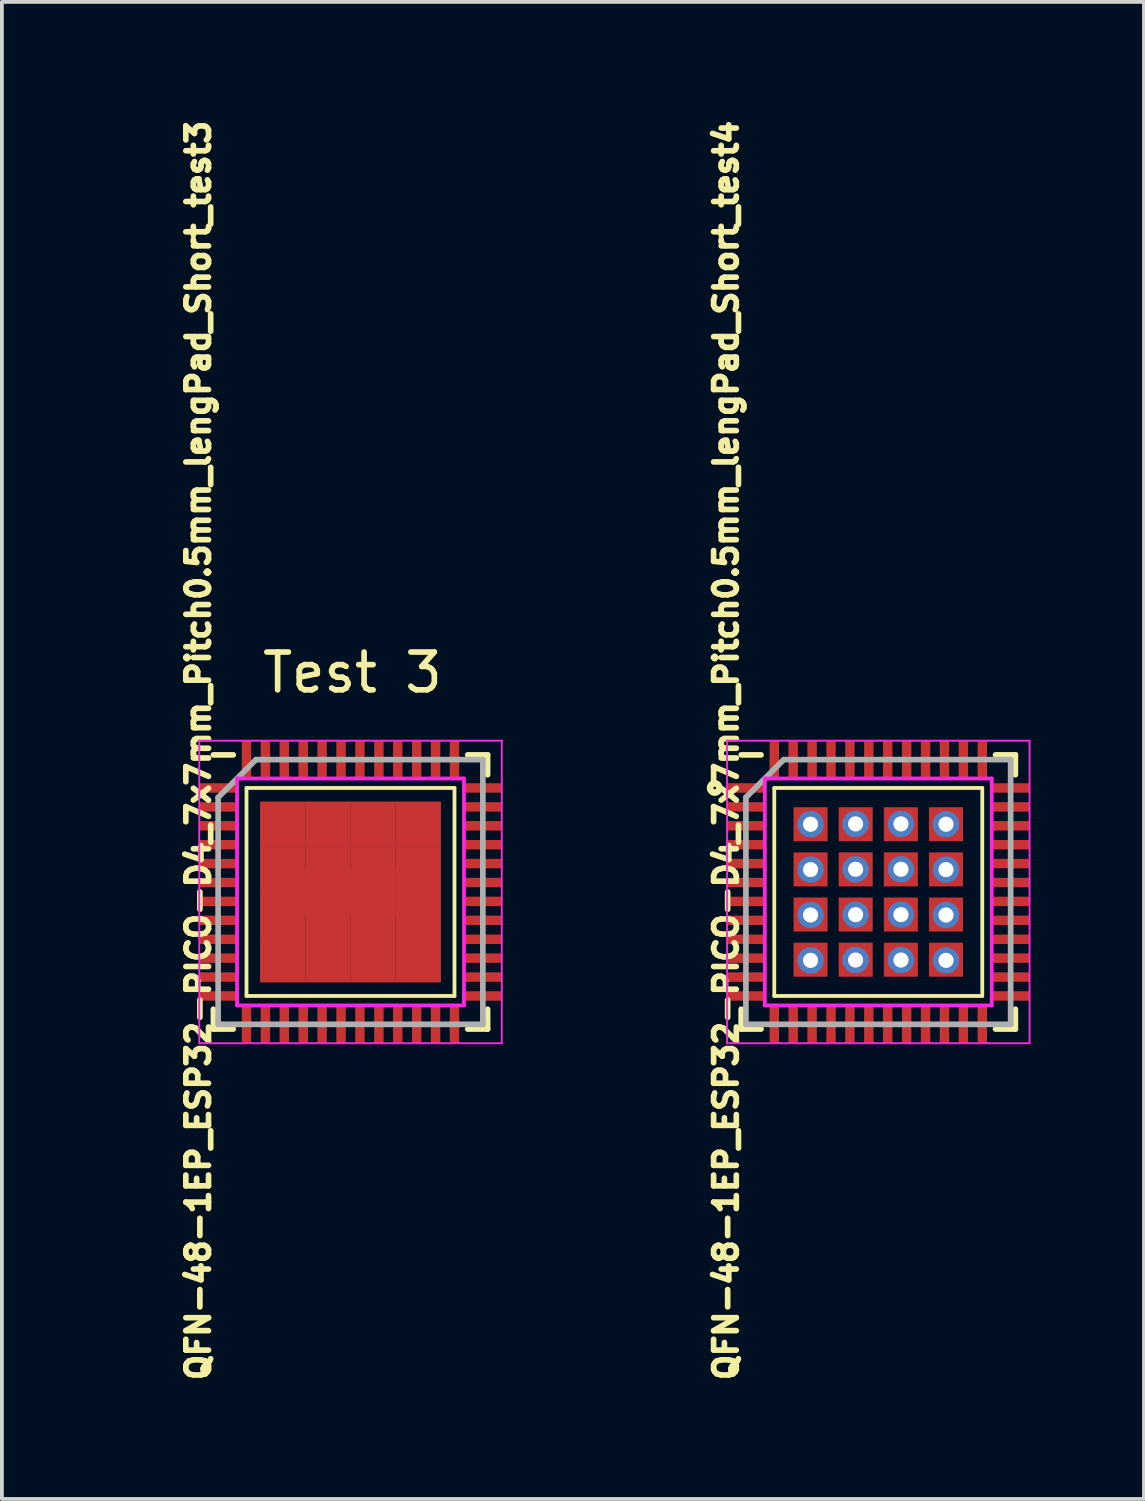
<source format=kicad_pcb>
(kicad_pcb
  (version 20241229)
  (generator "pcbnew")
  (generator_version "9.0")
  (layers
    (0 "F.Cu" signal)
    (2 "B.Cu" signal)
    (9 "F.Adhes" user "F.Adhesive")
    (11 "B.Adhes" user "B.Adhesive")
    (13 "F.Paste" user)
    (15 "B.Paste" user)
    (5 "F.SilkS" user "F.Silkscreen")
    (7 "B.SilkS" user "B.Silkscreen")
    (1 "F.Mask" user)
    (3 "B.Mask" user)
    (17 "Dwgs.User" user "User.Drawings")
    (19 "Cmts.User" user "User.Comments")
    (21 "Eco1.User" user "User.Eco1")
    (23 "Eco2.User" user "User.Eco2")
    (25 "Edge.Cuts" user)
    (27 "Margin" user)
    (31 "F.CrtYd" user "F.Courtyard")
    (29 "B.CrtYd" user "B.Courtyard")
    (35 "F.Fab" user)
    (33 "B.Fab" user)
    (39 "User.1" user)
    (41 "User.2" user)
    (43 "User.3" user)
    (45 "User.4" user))
  (footprint "QFN-48-1EP_ESP32-PICO-D4_7x7mm_Pitch0.5mm_lengPad_Short_test4"
    (layer "F.Cu")
    (at 20.174 20.536)
    (property "Reference" "QFN-48-1EP_ESP32-PICO-D4_7x7mm_Pitch0.5mm_lengPad_Short_test4" (at -4.024 -3.743 90) (layer "F.SilkS") (effects (font (size 0.6 0.6) (thickness 0.15))))
    (attr smd)
    (fp_line (start -3.625 -3.625) (end -3.1 -3.625) (stroke (width 0.15) (type solid)) (layer "F.SilkS"))
    (fp_line (start -3.625 3.625) (end -3.625 3.1) (stroke (width 0.15) (type solid)) (layer "F.SilkS"))
    (fp_line (start -3.625 3.625) (end -3.1 3.625) (stroke (width 0.15) (type solid)) (layer "F.SilkS"))
    (fp_line (start -2.75 -2.75) (end 2.75 -2.75) (stroke (width 0.1) (type solid)) (layer "F.SilkS"))
    (fp_line (start -2.75 2.75) (end -2.75 -2.75) (stroke (width 0.1) (type solid)) (layer "F.SilkS"))
    (fp_line (start -2.75 2.75) (end 2.75 2.75) (stroke (width 0.1) (type solid)) (layer "F.SilkS"))
    (fp_line (start 2.75 2.75) (end 2.75 -2.75) (stroke (width 0.1) (type solid)) (layer "F.SilkS"))
    (fp_line (start 3.625 -3.625) (end 3.1 -3.625) (stroke (width 0.15) (type solid)) (layer "F.SilkS"))
    (fp_line (start 3.625 -3.625) (end 3.625 -3.1) (stroke (width 0.15) (type solid)) (layer "F.SilkS"))
    (fp_line (start 3.625 3.625) (end 3.1 3.625) (stroke (width 0.15) (type solid)) (layer "F.SilkS"))
    (fp_line (start 3.625 3.625) (end 3.625 3.1) (stroke (width 0.15) (type solid)) (layer "F.SilkS"))
    (fp_circle (center -4.325 -2.75) (end -4.3 -2.725) (stroke (width 0.15) (type solid)) (fill no) (layer "F.SilkS"))
    (fp_circle (center -4.325 -2.75) (end -4.2 -2.7) (stroke (width 0.15) (type solid)) (fill no) (layer "F.SilkS"))
    (fp_line (start -4 -4) (end -4 4) (stroke (width 0.05) (type solid)) (layer "F.CrtYd"))
    (fp_line (start -4 -4) (end 4 -4) (stroke (width 0.05) (type solid)) (layer "F.CrtYd"))
    (fp_line (start -4 4) (end 4 4) (stroke (width 0.05) (type solid)) (layer "F.CrtYd"))
    (fp_line (start -3 -3) (end 3 -3) (stroke (width 0.1) (type solid)) (layer "F.CrtYd"))
    (fp_line (start -3 3) (end -3 -3) (stroke (width 0.1) (type solid)) (layer "F.CrtYd"))
    (fp_line (start 3 -3) (end 3 3) (stroke (width 0.1) (type solid)) (layer "F.CrtYd"))
    (fp_line (start 3 3) (end -3 3) (stroke (width 0.1) (type solid)) (layer "F.CrtYd"))
    (fp_line (start 4 -4) (end 4 4) (stroke (width 0.05) (type solid)) (layer "F.CrtYd"))
    (fp_line (start -3.5 -2.5) (end -2.5 -3.5) (stroke (width 0.15) (type solid)) (layer "F.Fab"))
    (fp_line (start -3.5 3.5) (end -3.5 -2.5) (stroke (width 0.15) (type solid)) (layer "F.Fab"))
    (fp_line (start -2.5 -3.5) (end 3.5 -3.5) (stroke (width 0.15) (type solid)) (layer "F.Fab"))
    (fp_line (start 3.5 -3.5) (end 3.5 3.5) (stroke (width 0.15) (type solid)) (layer "F.Fab"))
    (fp_line (start 3.5 3.5) (end -3.5 3.5) (stroke (width 0.15) (type solid)) (layer "F.Fab"))
    (pad "1" smd rect (at -3.5 -2.75) (size 1 0.25) (layers "F.Cu" "F.Mask" "F.Paste"))
    (pad "2" smd rect (at -3.5 -2.25) (size 1 0.25) (layers "F.Cu" "F.Mask" "F.Paste"))
    (pad "3" smd rect (at -3.5 -1.75) (size 1 0.25) (layers "F.Cu" "F.Mask" "F.Paste"))
    (pad "4" smd rect (at -3.5 -1.25) (size 1 0.25) (layers "F.Cu" "F.Mask" "F.Paste"))
    (pad "5" smd rect (at -3.5 -0.75) (size 1 0.25) (layers "F.Cu" "F.Mask" "F.Paste"))
    (pad "6" smd rect (at -3.5 -0.25) (size 1 0.25) (layers "F.Cu" "F.Mask" "F.Paste"))
    (pad "7" smd rect (at -3.5 0.25) (size 1 0.25) (layers "F.Cu" "F.Mask" "F.Paste"))
    (pad "8" smd rect (at -3.5 0.75) (size 1 0.25) (layers "F.Cu" "F.Mask" "F.Paste"))
    (pad "9" smd rect (at -3.5 1.25) (size 1 0.25) (layers "F.Cu" "F.Mask" "F.Paste"))
    (pad "10" smd rect (at -3.5 1.75) (size 1 0.25) (layers "F.Cu" "F.Mask" "F.Paste"))
    (pad "11" smd rect (at -3.5 2.25) (size 1 0.25) (layers "F.Cu" "F.Mask" "F.Paste"))
    (pad "12" smd rect (at -3.5 2.75) (size 1 0.25) (layers "F.Cu" "F.Mask" "F.Paste"))
    (pad "13" smd rect (at -2.75 3.5 90) (size 1 0.25) (layers "F.Cu" "F.Mask" "F.Paste"))
    (pad "14" smd rect (at -2.25 3.5 90) (size 1 0.25) (layers "F.Cu" "F.Mask" "F.Paste"))
    (pad "15" smd rect (at -1.75 3.5 90) (size 1 0.25) (layers "F.Cu" "F.Mask" "F.Paste"))
    (pad "16" smd rect (at -1.25 3.5 90) (size 1 0.25) (layers "F.Cu" "F.Mask" "F.Paste"))
    (pad "17" smd rect (at -0.75 3.5 90) (size 1 0.25) (layers "F.Cu" "F.Mask" "F.Paste"))
    (pad "18" smd rect (at -0.25 3.5 90) (size 1 0.25) (layers "F.Cu" "F.Mask" "F.Paste"))
    (pad "19" smd rect (at 0.25 3.5 90) (size 1 0.25) (layers "F.Cu" "F.Mask" "F.Paste"))
    (pad "20" smd rect (at 0.75 3.5 90) (size 1 0.25) (layers "F.Cu" "F.Mask" "F.Paste"))
    (pad "21" smd rect (at 1.25 3.5 90) (size 1 0.25) (layers "F.Cu" "F.Mask" "F.Paste"))
    (pad "22" smd rect (at 1.75 3.5 90) (size 1 0.25) (layers "F.Cu" "F.Mask" "F.Paste"))
    (pad "23" smd rect (at 2.25 3.5 90) (size 1 0.25) (layers "F.Cu" "F.Mask" "F.Paste"))
    (pad "24" smd rect (at 2.75 3.5 90) (size 1 0.25) (layers "F.Cu" "F.Mask" "F.Paste"))
    (pad "25" smd rect (at 3.5 2.75) (size 1 0.25) (layers "F.Cu" "F.Mask" "F.Paste"))
    (pad "26" smd rect (at 3.5 2.25) (size 1 0.25) (layers "F.Cu" "F.Mask" "F.Paste"))
    (pad "27" smd rect (at 3.5 1.75) (size 1 0.25) (layers "F.Cu" "F.Mask" "F.Paste"))
    (pad "28" smd rect (at 3.5 1.25) (size 1 0.25) (layers "F.Cu" "F.Mask" "F.Paste"))
    (pad "29" smd rect (at 3.5 0.75) (size 1 0.25) (layers "F.Cu" "F.Mask" "F.Paste"))
    (pad "30" smd rect (at 3.5 0.25) (size 1 0.25) (layers "F.Cu" "F.Mask" "F.Paste"))
    (pad "31" smd rect (at 3.5 -0.25) (size 1 0.25) (layers "F.Cu" "F.Mask" "F.Paste"))
    (pad "32" smd rect (at 3.5 -0.75) (size 1 0.25) (layers "F.Cu" "F.Mask" "F.Paste"))
    (pad "33" smd rect (at 3.5 -1.25) (size 1 0.25) (layers "F.Cu" "F.Mask" "F.Paste"))
    (pad "34" smd rect (at 3.5 -1.75) (size 1 0.25) (layers "F.Cu" "F.Mask" "F.Paste"))
    (pad "35" smd rect (at 3.5 -2.25) (size 1 0.25) (layers "F.Cu" "F.Mask" "F.Paste"))
    (pad "36" smd rect (at 3.5 -2.75) (size 1 0.25) (layers "F.Cu" "F.Mask" "F.Paste"))
    (pad "37" smd rect (at 2.75 -3.5 90) (size 1 0.25) (layers "F.Cu" "F.Mask" "F.Paste"))
    (pad "38" smd rect (at 2.25 -3.5 90) (size 1 0.25) (layers "F.Cu" "F.Mask" "F.Paste"))
    (pad "39" smd rect (at 1.75 -3.5 90) (size 1 0.25) (layers "F.Cu" "F.Mask" "F.Paste"))
    (pad "40" smd rect (at 1.25 -3.5 90) (size 1 0.25) (layers "F.Cu" "F.Mask" "F.Paste"))
    (pad "41" smd rect (at 0.75 -3.5 90) (size 1 0.25) (layers "F.Cu" "F.Mask" "F.Paste"))
    (pad "42" smd rect (at 0.25 -3.5 90) (size 1 0.25) (layers "F.Cu" "F.Mask" "F.Paste"))
    (pad "43" smd rect (at -0.25 -3.5 90) (size 1 0.25) (layers "F.Cu" "F.Mask" "F.Paste"))
    (pad "44" smd rect (at -0.75 -3.5 90) (size 1 0.25) (layers "F.Cu" "F.Mask" "F.Paste"))
    (pad "45" smd rect (at -1.25 -3.5 90) (size 1 0.25) (layers "F.Cu" "F.Mask" "F.Paste"))
    (pad "46" smd rect (at -1.75 -3.5 90) (size 1 0.25) (layers "F.Cu" "F.Mask" "F.Paste"))
    (pad "47" smd rect (at -2.25 -3.5 90) (size 1 0.25) (layers "F.Cu" "F.Mask" "F.Paste"))
    (pad "48" smd rect (at -2.75 -3.5 90) (size 1 0.25) (layers "F.Cu" "F.Mask" "F.Paste"))
    (pad "49" thru_hole circle (at -1.791 -1.791) (size 0.7 0.7) (drill 0.4) (layers "*.Cu" "F.Mask"))
    (pad "49" smd rect (at -1.791 -1.791) (size 0.9 0.9) (layers "F.Cu" "F.Mask" "F.Paste"))
    (pad "49" smd rect (at -1.791 -0.597) (size 0.9 0.9) (layers "F.Cu" "F.Mask" "F.Paste"))
    (pad "49" thru_hole circle (at -1.791 -0.591) (size 0.7 0.7) (drill 0.4) (layers "*.Cu" "F.Mask"))
    (pad "49" smd rect (at -1.791 0.597) (size 0.9 0.9) (layers "F.Cu" "F.Mask" "F.Paste"))
    (pad "49" thru_hole circle (at -1.791 0.609) (size 0.7 0.7) (drill 0.4) (layers "*.Cu" "F.Mask"))
    (pad "49" smd rect (at -1.791 1.791) (size 0.9 0.9) (layers "F.Cu" "F.Mask" "F.Paste"))
    (pad "49" thru_hole circle (at -1.791 1.809) (size 0.7 0.7) (drill 0.4) (layers "*.Cu" "F.Mask"))
    (pad "49" thru_hole circle (at -0.6 -1.8) (size 0.7 0.7) (drill 0.4) (layers "*.Cu" "F.Mask"))
    (pad "49" thru_hole circle (at -0.6 -0.6) (size 0.7 0.7) (drill 0.4) (layers "*.Cu" "F.Mask"))
    (pad "49" thru_hole circle (at -0.6 0.6) (size 0.7 0.7) (drill 0.4) (layers "*.Cu" "F.Mask"))
    (pad "49" thru_hole circle (at -0.6 1.8) (size 0.7 0.7) (drill 0.4) (layers "*.Cu" "F.Mask"))
    (pad "49" smd rect (at -0.597 -1.791) (size 0.9 0.9) (layers "F.Cu" "F.Mask" "F.Paste"))
    (pad "49" smd rect (at -0.597 -0.597) (size 0.9 0.9) (layers "F.Cu" "F.Mask" "F.Paste"))
    (pad "49" smd rect (at -0.597 0.597) (size 0.9 0.9) (layers "F.Cu" "F.Mask" "F.Paste"))
    (pad "49" smd rect (at -0.597 1.791) (size 0.9 0.9) (layers "F.Cu" "F.Mask" "F.Paste"))
    (pad "49" smd rect (at 0.597 -1.791) (size 0.9 0.9) (layers "F.Cu" "F.Mask" "F.Paste"))
    (pad "49" smd rect (at 0.597 -0.597) (size 0.9 0.9) (layers "F.Cu" "F.Mask" "F.Paste"))
    (pad "49" smd rect (at 0.597 0.597) (size 0.9 0.9) (layers "F.Cu" "F.Mask" "F.Paste"))
    (pad "49" smd rect (at 0.597 1.791) (size 0.9 0.9) (layers "F.Cu" "F.Mask" "F.Paste"))
    (pad "49" thru_hole circle (at 0.6 -1.8) (size 0.7 0.7) (drill 0.4) (layers "*.Cu" "F.Mask"))
    (pad "49" thru_hole circle (at 0.6 -0.6) (size 0.7 0.7) (drill 0.4) (layers "*.Cu" "F.Mask"))
    (pad "49" thru_hole circle (at 0.6 0.6) (size 0.7 0.7) (drill 0.4) (layers "*.Cu" "F.Mask"))
    (pad "49" thru_hole circle (at 0.6 1.8) (size 0.7 0.7) (drill 0.4) (layers "*.Cu" "F.Mask"))
    (pad "49" thru_hole circle (at 1.791 -1.791) (size 0.7 0.7) (drill 0.4) (layers "*.Cu" "F.Mask"))
    (pad "49" smd rect (at 1.791 -1.791) (size 0.9 0.9) (layers "F.Cu" "F.Mask" "F.Paste"))
    (pad "49" smd rect (at 1.791 -0.597) (size 0.9 0.9) (layers "F.Cu" "F.Mask" "F.Paste"))
    (pad "49" thru_hole circle (at 1.791 -0.591) (size 0.7 0.7) (drill 0.4) (layers "*.Cu" "F.Mask"))
    (pad "49" smd rect (at 1.791 0.597) (size 0.9 0.9) (layers "F.Cu" "F.Mask" "F.Paste"))
    (pad "49" thru_hole circle (at 1.791 0.609) (size 0.7 0.7) (drill 0.4) (layers "*.Cu" "F.Mask"))
    (pad "49" smd rect (at 1.791 1.791) (size 0.9 0.9) (layers "F.Cu" "F.Mask" "F.Paste"))
    (pad "49" thru_hole circle (at 1.791 1.809) (size 0.7 0.7) (drill 0.4) (layers "*.Cu" "F.Mask")))
  (footprint "QFN-48-1EP_ESP32-PICO-D4_7x7mm_Pitch0.5mm_lengPad_Short_test3"
    (layer "F.Cu")
    (at 6.218 20.536)
    (property "Reference" "QFN-48-1EP_ESP32-PICO-D4_7x7mm_Pitch0.5mm_lengPad_Short_test3" (at -4.024 -3.743 90) (layer "F.SilkS") (effects (font (size 0.6 0.6) (thickness 0.15))))
    (attr smd)
    (fp_line (start -3.625 -3.625) (end -3.1 -3.625) (stroke (width 0.15) (type solid)) (layer "F.SilkS"))
    (fp_line (start -3.625 3.625) (end -3.625 3.1) (stroke (width 0.15) (type solid)) (layer "F.SilkS"))
    (fp_line (start -3.625 3.625) (end -3.1 3.625) (stroke (width 0.15) (type solid)) (layer "F.SilkS"))
    (fp_line (start -2.75 -2.75) (end 2.75 -2.75) (stroke (width 0.1) (type solid)) (layer "F.SilkS"))
    (fp_line (start -2.75 2.75) (end -2.75 -2.75) (stroke (width 0.1) (type solid)) (layer "F.SilkS"))
    (fp_line (start -2.75 2.75) (end 2.75 2.75) (stroke (width 0.1) (type solid)) (layer "F.SilkS"))
    (fp_line (start 2.75 2.75) (end 2.75 -2.75) (stroke (width 0.1) (type solid)) (layer "F.SilkS"))
    (fp_line (start 3.625 -3.625) (end 3.1 -3.625) (stroke (width 0.15) (type solid)) (layer "F.SilkS"))
    (fp_line (start 3.625 -3.625) (end 3.625 -3.1) (stroke (width 0.15) (type solid)) (layer "F.SilkS"))
    (fp_line (start 3.625 3.625) (end 3.1 3.625) (stroke (width 0.15) (type solid)) (layer "F.SilkS"))
    (fp_line (start 3.625 3.625) (end 3.625 3.1) (stroke (width 0.15) (type solid)) (layer "F.SilkS"))
    (fp_line (start -4 -4) (end -4 4) (stroke (width 0.05) (type solid)) (layer "F.CrtYd"))
    (fp_line (start -4 -4) (end 4 -4) (stroke (width 0.05) (type solid)) (layer "F.CrtYd"))
    (fp_line (start -4 4) (end 4 4) (stroke (width 0.05) (type solid)) (layer "F.CrtYd"))
    (fp_line (start -3 -3) (end 3 -3) (stroke (width 0.1) (type solid)) (layer "F.CrtYd"))
    (fp_line (start -3 3) (end -3 -3) (stroke (width 0.1) (type solid)) (layer "F.CrtYd"))
    (fp_line (start 3 -3) (end 3 3) (stroke (width 0.1) (type solid)) (layer "F.CrtYd"))
    (fp_line (start 3 3) (end -3 3) (stroke (width 0.1) (type solid)) (layer "F.CrtYd"))
    (fp_line (start 4 -4) (end 4 4) (stroke (width 0.05) (type solid)) (layer "F.CrtYd"))
    (fp_line (start -3.5 -2.5) (end -2.5 -3.5) (stroke (width 0.15) (type solid)) (layer "F.Fab"))
    (fp_line (start -3.5 3.5) (end -3.5 -2.5) (stroke (width 0.15) (type solid)) (layer "F.Fab"))
    (fp_line (start -2.5 -3.5) (end 3.5 -3.5) (stroke (width 0.15) (type solid)) (layer "F.Fab"))
    (fp_line (start 3.5 -3.5) (end 3.5 3.5) (stroke (width 0.15) (type solid)) (layer "F.Fab"))
    (fp_line (start 3.5 3.5) (end -3.5 3.5) (stroke (width 0.15) (type solid)) (layer "F.Fab"))
    (fp_text user "Test 3" (at 0.05 -5.8 0) (layer "F.SilkS") (effects (font (size 1 1) (thickness 0.15))))
    (fp_text user "Full with 6 hold" (at 0.05 -4.95 0) (layer "B.Adhes") (effects (font (size 1 1) (thickness 0.15)) (justify mirror)))
    (pad "1" smd rect (at -3.5 -2.75) (size 1 0.25) (layers "F.Cu" "F.Mask" "F.Paste"))
    (pad "2" smd rect (at -3.5 -2.25) (size 1 0.25) (layers "F.Cu" "F.Mask" "F.Paste"))
    (pad "3" smd rect (at -3.5 -1.75) (size 1 0.25) (layers "F.Cu" "F.Mask" "F.Paste"))
    (pad "4" smd rect (at -3.5 -1.25) (size 1 0.25) (layers "F.Cu" "F.Mask" "F.Paste"))
    (pad "5" smd rect (at -3.5 -0.75) (size 1 0.25) (layers "F.Cu" "F.Mask" "F.Paste"))
    (pad "6" smd rect (at -3.5 -0.25) (size 1 0.25) (layers "F.Cu" "F.Mask" "F.Paste"))
    (pad "7" smd rect (at -3.5 0.25) (size 1 0.25) (layers "F.Cu" "F.Mask" "F.Paste"))
    (pad "8" smd rect (at -3.5 0.75) (size 1 0.25) (layers "F.Cu" "F.Mask" "F.Paste"))
    (pad "9" smd rect (at -3.5 1.25) (size 1 0.25) (layers "F.Cu" "F.Mask" "F.Paste"))
    (pad "10" smd rect (at -3.5 1.75) (size 1 0.25) (layers "F.Cu" "F.Mask" "F.Paste"))
    (pad "11" smd rect (at -3.5 2.25) (size 1 0.25) (layers "F.Cu" "F.Mask" "F.Paste"))
    (pad "12" smd rect (at -3.5 2.75) (size 1 0.25) (layers "F.Cu" "F.Mask" "F.Paste"))
    (pad "13" smd rect (at -2.75 3.5 90) (size 1 0.25) (layers "F.Cu" "F.Mask" "F.Paste"))
    (pad "14" smd rect (at -2.25 3.5 90) (size 1 0.25) (layers "F.Cu" "F.Mask" "F.Paste"))
    (pad "15" smd rect (at -1.75 3.5 90) (size 1 0.25) (layers "F.Cu" "F.Mask" "F.Paste"))
    (pad "16" smd rect (at -1.25 3.5 90) (size 1 0.25) (layers "F.Cu" "F.Mask" "F.Paste"))
    (pad "17" smd rect (at -0.75 3.5 90) (size 1 0.25) (layers "F.Cu" "F.Mask" "F.Paste"))
    (pad "18" smd rect (at -0.25 3.5 90) (size 1 0.25) (layers "F.Cu" "F.Mask" "F.Paste"))
    (pad "19" smd rect (at 0.25 3.5 90) (size 1 0.25) (layers "F.Cu" "F.Mask" "F.Paste"))
    (pad "20" smd rect (at 0.75 3.5 90) (size 1 0.25) (layers "F.Cu" "F.Mask" "F.Paste"))
    (pad "21" smd rect (at 1.25 3.5 90) (size 1 0.25) (layers "F.Cu" "F.Mask" "F.Paste"))
    (pad "22" smd rect (at 1.75 3.5 90) (size 1 0.25) (layers "F.Cu" "F.Mask" "F.Paste"))
    (pad "23" smd rect (at 2.25 3.5 90) (size 1 0.25) (layers "F.Cu" "F.Mask" "F.Paste"))
    (pad "24" smd rect (at 2.75 3.5 90) (size 1 0.25) (layers "F.Cu" "F.Mask" "F.Paste"))
    (pad "25" smd rect (at 3.5 2.75) (size 1 0.25) (layers "F.Cu" "F.Mask" "F.Paste"))
    (pad "26" smd rect (at 3.5 2.25) (size 1 0.25) (layers "F.Cu" "F.Mask" "F.Paste"))
    (pad "27" smd rect (at 3.5 1.75) (size 1 0.25) (layers "F.Cu" "F.Mask" "F.Paste"))
    (pad "28" smd rect (at 3.5 1.25) (size 1 0.25) (layers "F.Cu" "F.Mask" "F.Paste"))
    (pad "29" smd rect (at 3.5 0.75) (size 1 0.25) (layers "F.Cu" "F.Mask" "F.Paste"))
    (pad "30" smd rect (at 3.5 0.25) (size 1 0.25) (layers "F.Cu" "F.Mask" "F.Paste"))
    (pad "31" smd rect (at 3.5 -0.25) (size 1 0.25) (layers "F.Cu" "F.Mask" "F.Paste"))
    (pad "32" smd rect (at 3.5 -0.75) (size 1 0.25) (layers "F.Cu" "F.Mask" "F.Paste"))
    (pad "33" smd rect (at 3.5 -1.25) (size 1 0.25) (layers "F.Cu" "F.Mask" "F.Paste"))
    (pad "34" smd rect (at 3.5 -1.75) (size 1 0.25) (layers "F.Cu" "F.Mask" "F.Paste"))
    (pad "35" smd rect (at 3.5 -2.25) (size 1 0.25) (layers "F.Cu" "F.Mask" "F.Paste"))
    (pad "36" smd rect (at 3.5 -2.75) (size 1 0.25) (layers "F.Cu" "F.Mask" "F.Paste"))
    (pad "37" smd rect (at 2.75 -3.5 90) (size 1 0.25) (layers "F.Cu" "F.Mask" "F.Paste"))
    (pad "38" smd rect (at 2.25 -3.5 90) (size 1 0.25) (layers "F.Cu" "F.Mask" "F.Paste"))
    (pad "39" smd rect (at 1.75 -3.5 90) (size 1 0.25) (layers "F.Cu" "F.Mask" "F.Paste"))
    (pad "40" smd rect (at 1.25 -3.5 90) (size 1 0.25) (layers "F.Cu" "F.Mask" "F.Paste"))
    (pad "41" smd rect (at 0.75 -3.5 90) (size 1 0.25) (layers "F.Cu" "F.Mask" "F.Paste"))
    (pad "42" smd rect (at 0.25 -3.5 90) (size 1 0.25) (layers "F.Cu" "F.Mask" "F.Paste"))
    (pad "43" smd rect (at -0.25 -3.5 90) (size 1 0.25) (layers "F.Cu" "F.Mask" "F.Paste"))
    (pad "44" smd rect (at -0.75 -3.5 90) (size 1 0.25) (layers "F.Cu" "F.Mask" "F.Paste"))
    (pad "45" smd rect (at -1.25 -3.5 90) (size 1 0.25) (layers "F.Cu" "F.Mask" "F.Paste"))
    (pad "46" smd rect (at -1.75 -3.5 90) (size 1 0.25) (layers "F.Cu" "F.Mask" "F.Paste"))
    (pad "47" smd rect (at -2.25 -3.5 90) (size 1 0.25) (layers "F.Cu" "F.Mask" "F.Paste"))
    (pad "48" smd rect (at -2.75 -3.5 90) (size 1 0.25) (layers "F.Cu" "F.Mask" "F.Paste"))
    (pad "49" smd rect (at -1.791 -1.791) (size 1.2 1.2) (layers "F.Cu" "F.Mask" "F.Paste"))
    (pad "49" smd rect (at -1.791 -0.597) (size 1.2 1.2) (layers "F.Cu" "F.Mask"))
    (pad "49" smd rect (at -1.791 0.597) (size 1.2 1.2) (layers "F.Cu" "F.Mask"))
    (pad "49" smd rect (at -1.791 1.791) (size 1.2 1.2) (layers "F.Cu" "F.Mask" "F.Paste"))
    (pad "49" smd rect (at -0.6 0) (size 1.2 1.2) (layers "F.Cu" "F.Mask" "F.Paste"))
    (pad "49" smd rect (at -0.597 -1.791) (size 1.2 1.2) (layers "F.Cu" "F.Mask"))
    (pad "49" smd rect (at -0.597 -0.597) (size 1.2 1.2) (layers "F.Cu" "F.Mask"))
    (pad "49" smd rect (at -0.597 0.597) (size 1.2 1.2) (layers "F.Cu" "F.Mask"))
    (pad "49" smd rect (at -0.597 1.791) (size 1.2 1.2) (layers "F.Cu" "F.Mask"))
    (pad "49" smd rect (at 0.597 -1.791) (size 1.2 1.2) (layers "F.Cu" "F.Mask"))
    (pad "49" smd rect (at 0.597 -0.597) (size 1.2 1.2) (layers "F.Cu" "F.Mask"))
    (pad "49" smd rect (at 0.597 0) (size 1.2 1.2) (layers "F.Cu" "F.Mask" "F.Paste"))
    (pad "49" smd rect (at 0.597 0.597) (size 1.2 1.2) (layers "F.Cu" "F.Mask"))
    (pad "49" smd rect (at 0.597 1.791) (size 1.2 1.2) (layers "F.Cu" "F.Mask"))
    (pad "49" smd rect (at 1.791 -1.791) (size 1.2 1.2) (layers "F.Cu" "F.Mask" "F.Paste"))
    (pad "49" smd rect (at 1.791 -0.597) (size 1.2 1.2) (layers "F.Cu" "F.Mask"))
    (pad "49" smd rect (at 1.791 0.597) (size 1.2 1.2) (layers "F.Cu" "F.Mask"))
    (pad "49" smd rect (at 1.791 1.791) (size 1.2 1.2) (layers "F.Cu" "F.Mask" "F.Paste")))
  (gr_rect
    (start -3 -3)
    (end 27.199 36.587)
    (stroke (width 0.1) (type default))
    (fill no)
    (layer "Edge.Cuts")))
</source>
